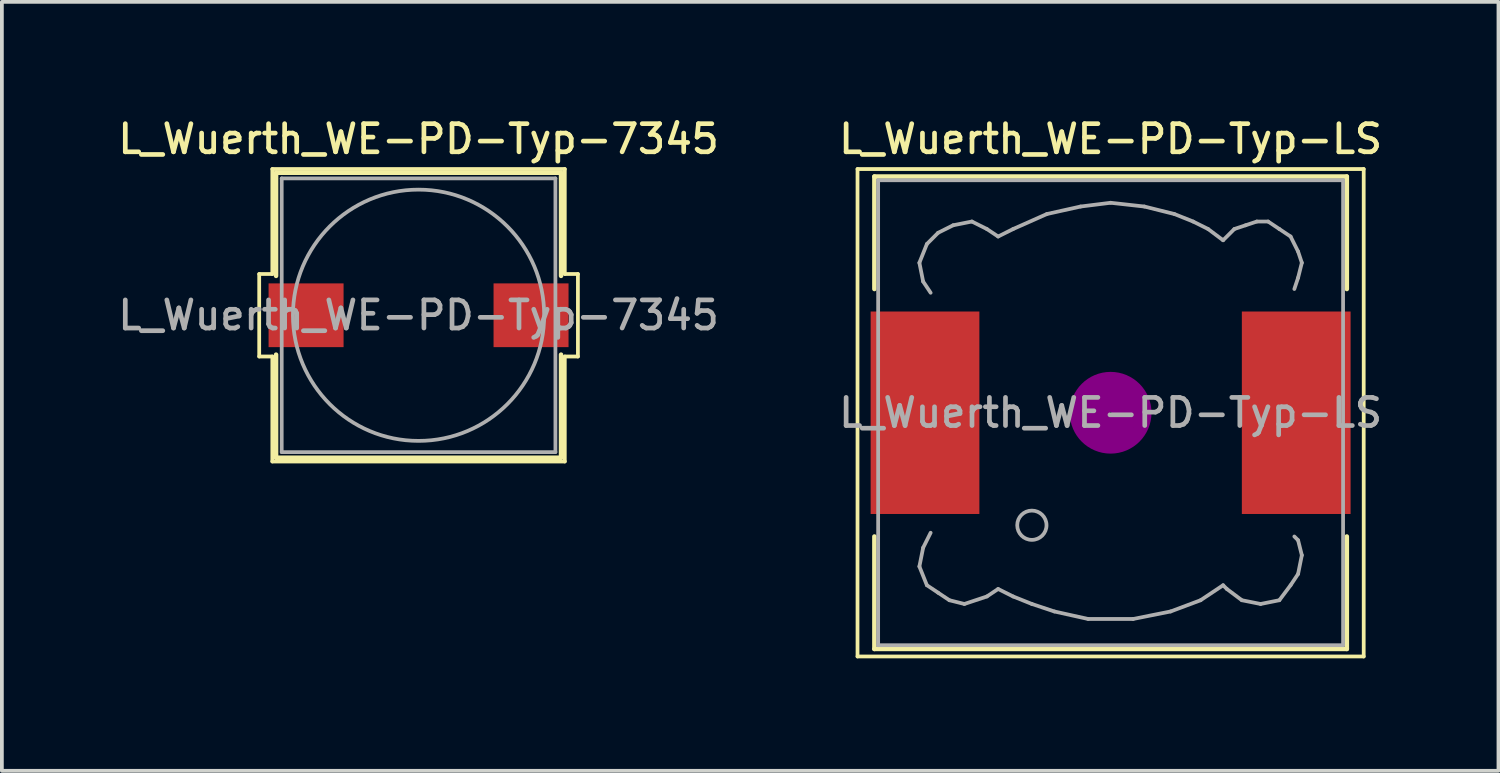
<source format=kicad_pcb>
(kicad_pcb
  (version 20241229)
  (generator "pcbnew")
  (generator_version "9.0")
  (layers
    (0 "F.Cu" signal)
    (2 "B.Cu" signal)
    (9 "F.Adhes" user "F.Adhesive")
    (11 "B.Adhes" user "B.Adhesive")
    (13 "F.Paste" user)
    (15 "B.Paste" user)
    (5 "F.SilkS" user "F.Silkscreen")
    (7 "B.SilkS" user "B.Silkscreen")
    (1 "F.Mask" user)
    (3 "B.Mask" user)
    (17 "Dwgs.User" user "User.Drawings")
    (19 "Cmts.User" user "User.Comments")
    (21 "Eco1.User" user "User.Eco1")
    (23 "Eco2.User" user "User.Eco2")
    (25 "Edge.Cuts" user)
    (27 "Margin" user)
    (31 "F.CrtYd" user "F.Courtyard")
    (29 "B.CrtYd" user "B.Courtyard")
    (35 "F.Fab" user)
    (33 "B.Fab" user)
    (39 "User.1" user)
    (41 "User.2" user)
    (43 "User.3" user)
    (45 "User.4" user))
  (footprint "L_Wuerth_WE-PD-Typ-7345"
    (layer "F.Cu")
    (at 8.113 5.358)
    (property "Reference" "L_Wuerth_WE-PD-Typ-7345" (at 0 -4.7 0) (layer "F.SilkS") (effects (font (size 0.75 0.75) (thickness 0.125))))
    (attr smd)
    (fp_line (start -4.25 -1.1) (end -3.9 -1.1) (stroke (width 0.1) (type solid)) (layer "F.SilkS"))
    (fp_line (start -4.25 1.1) (end -4.25 -1.1) (stroke (width 0.1) (type solid)) (layer "F.SilkS"))
    (fp_line (start -4.25 1.1) (end -3.9 1.1) (stroke (width 0.1) (type solid)) (layer "F.SilkS"))
    (fp_line (start -3.9 -3.9) (end 3.9 -3.9) (stroke (width 0.1) (type solid)) (layer "F.SilkS"))
    (fp_line (start -3.9 -1.1) (end -3.9 -3.9) (stroke (width 0.1) (type solid)) (layer "F.SilkS"))
    (fp_line (start -3.9 3.9) (end -3.9 1.1) (stroke (width 0.1) (type solid)) (layer "F.SilkS"))
    (fp_line (start -3.8 -3.8) (end 3.8 -3.8) (stroke (width 0.12) (type solid)) (layer "F.SilkS"))
    (fp_line (start -3.8 -1.05) (end -3.8 -3.8) (stroke (width 0.12) (type solid)) (layer "F.SilkS"))
    (fp_line (start -3.8 3.8) (end -3.8 1.05) (stroke (width 0.12) (type solid)) (layer "F.SilkS"))
    (fp_line (start -3.8 3.8) (end 3.8 3.8) (stroke (width 0.12) (type solid)) (layer "F.SilkS"))
    (fp_line (start 3.8 -1.05) (end 3.8 -3.8) (stroke (width 0.12) (type solid)) (layer "F.SilkS"))
    (fp_line (start 3.8 3.8) (end 3.8 1.05) (stroke (width 0.12) (type solid)) (layer "F.SilkS"))
    (fp_line (start 3.9 -1.1) (end 3.9 -3.9) (stroke (width 0.1) (type solid)) (layer "F.SilkS"))
    (fp_line (start 3.9 -1.1) (end 4.25 -1.1) (stroke (width 0.1) (type solid)) (layer "F.SilkS"))
    (fp_line (start 3.9 1.1) (end 4.25 1.1) (stroke (width 0.1) (type solid)) (layer "F.SilkS"))
    (fp_line (start 3.9 3.9) (end -3.9 3.9) (stroke (width 0.1) (type solid)) (layer "F.SilkS"))
    (fp_line (start 3.9 3.9) (end 3.9 1.1) (stroke (width 0.1) (type solid)) (layer "F.SilkS"))
    (fp_line (start 4.25 1.1) (end 4.25 -1.1) (stroke (width 0.1) (type solid)) (layer "F.SilkS"))
    (fp_line (start -3.65 -3.65) (end -3.65 3.65) (stroke (width 0.1) (type solid)) (layer "F.Fab"))
    (fp_line (start -3.65 3.65) (end 3.65 3.65) (stroke (width 0.1) (type solid)) (layer "F.Fab"))
    (fp_line (start 3.65 -3.65) (end -3.65 -3.65) (stroke (width 0.1) (type solid)) (layer "F.Fab"))
    (fp_line (start 3.65 3.65) (end 3.65 -3.65) (stroke (width 0.1) (type solid)) (layer "F.Fab"))
    (fp_circle (center 0 0) (end 3.35 -0.05) (stroke (width 0.1) (type solid)) (fill no) (layer "F.Fab"))
    (fp_text user "${REFERENCE}" (at 0 0 0) (layer "F.Fab") (effects (font (size 0.75 0.75) (thickness 0.125))))
    (pad "1" smd rect (at -3 0) (size 2 1.7) (layers "F.Cu" "F.Mask" "F.Paste"))
    (pad "2" smd rect (at 3 0) (size 2 1.7) (layers "F.Cu" "F.Mask" "F.Paste")))
  (footprint "L_Wuerth_WE-PD-Typ-LS"
    (layer "F.Cu")
    (at 26.57 7.958)
    (property "Reference" "L_Wuerth_WE-PD-Typ-LS" (at 0 -7.3 0) (layer "F.SilkS") (effects (font (size 0.75 0.75) (thickness 0.125))))
    (attr smd)
    (fp_line (start -6.75 -6.5) (end 6.75 -6.5) (stroke (width 0.1) (type solid)) (layer "F.SilkS"))
    (fp_line (start -6.75 6.5) (end -6.75 -6.5) (stroke (width 0.1) (type solid)) (layer "F.SilkS"))
    (fp_line (start -6.3 -6.3) (end 6.3 -6.3) (stroke (width 0.12) (type solid)) (layer "F.SilkS"))
    (fp_line (start -6.3 -3.3) (end -6.3 -6.3) (stroke (width 0.12) (type solid)) (layer "F.SilkS"))
    (fp_line (start -6.3 6.3) (end -6.3 3.3) (stroke (width 0.12) (type solid)) (layer "F.SilkS"))
    (fp_line (start 6.3 -6.3) (end 6.3 -3.3) (stroke (width 0.12) (type solid)) (layer "F.SilkS"))
    (fp_line (start 6.3 3.3) (end 6.3 6.3) (stroke (width 0.12) (type solid)) (layer "F.SilkS"))
    (fp_line (start 6.3 6.3) (end -6.3 6.3) (stroke (width 0.12) (type solid)) (layer "F.SilkS"))
    (fp_line (start 6.75 -6.5) (end 6.75 6.5) (stroke (width 0.1) (type solid)) (layer "F.SilkS"))
    (fp_line (start 6.75 6.5) (end -6.75 6.5) (stroke (width 0.1) (type solid)) (layer "F.SilkS"))
    (fp_circle (center 0 0) (end 0.15 0.15) (stroke (width 0.38) (type solid)) (fill no) (layer "F.Adhes"))
    (fp_circle (center 0 0) (end 0.55 0) (stroke (width 0.38) (type solid)) (fill no) (layer "F.Adhes"))
    (fp_circle (center 0 0) (end 0.9 0) (stroke (width 0.38) (type solid)) (fill no) (layer "F.Adhes"))
    (fp_line (start -6.2 -6.2) (end -6.2 6.2) (stroke (width 0.1) (type solid)) (layer "F.Fab"))
    (fp_line (start -6.2 6.2) (end 6.2 6.2) (stroke (width 0.1) (type solid)) (layer "F.Fab"))
    (fp_line (start -5.1 -4) (end -5 -3.5) (stroke (width 0.1) (type solid)) (layer "F.Fab"))
    (fp_line (start -5.1 4.1) (end -5 3.6) (stroke (width 0.1) (type solid)) (layer "F.Fab"))
    (fp_line (start -5 -3.5) (end -4.8 -3.2) (stroke (width 0.1) (type solid)) (layer "F.Fab"))
    (fp_line (start -5 3.6) (end -4.8 3.2) (stroke (width 0.1) (type solid)) (layer "F.Fab"))
    (fp_line (start -4.9 -4.5) (end -5.1 -4) (stroke (width 0.1) (type solid)) (layer "F.Fab"))
    (fp_line (start -4.9 4.6) (end -5.1 4.1) (stroke (width 0.1) (type solid)) (layer "F.Fab"))
    (fp_line (start -4.6 -4.8) (end -4.9 -4.5) (stroke (width 0.1) (type solid)) (layer "F.Fab"))
    (fp_line (start -4.6 4.8) (end -4.9 4.6) (stroke (width 0.1) (type solid)) (layer "F.Fab"))
    (fp_line (start -4.3 5) (end -4.6 4.8) (stroke (width 0.1) (type solid)) (layer "F.Fab"))
    (fp_line (start -4.2 -5) (end -4.6 -4.8) (stroke (width 0.1) (type solid)) (layer "F.Fab"))
    (fp_line (start -3.9 5.1) (end -4.3 5) (stroke (width 0.1) (type solid)) (layer "F.Fab"))
    (fp_line (start -3.7 -5.1) (end -4.2 -5) (stroke (width 0.1) (type solid)) (layer "F.Fab"))
    (fp_line (start -3.3 -4.9) (end -3.7 -5.1) (stroke (width 0.1) (type solid)) (layer "F.Fab"))
    (fp_line (start -3.3 4.9) (end -3.9 5.1) (stroke (width 0.1) (type solid)) (layer "F.Fab"))
    (fp_line (start -3 -4.7) (end -3.3 -4.9) (stroke (width 0.1) (type solid)) (layer "F.Fab"))
    (fp_line (start -3 4.7) (end -3.3 4.9) (stroke (width 0.1) (type solid)) (layer "F.Fab"))
    (fp_line (start -2.6 -4.9) (end -3 -4.7) (stroke (width 0.1) (type solid)) (layer "F.Fab"))
    (fp_line (start -2.6 4.9) (end -3 4.7) (stroke (width 0.1) (type solid)) (layer "F.Fab"))
    (fp_line (start -2.1 5.1) (end -2.6 4.9) (stroke (width 0.1) (type solid)) (layer "F.Fab"))
    (fp_line (start -1.7 -5.3) (end -2.6 -4.9) (stroke (width 0.1) (type solid)) (layer "F.Fab"))
    (fp_line (start -1.5 5.3) (end -2.1 5.1) (stroke (width 0.1) (type solid)) (layer "F.Fab"))
    (fp_line (start -0.8 -5.5) (end -1.7 -5.3) (stroke (width 0.1) (type solid)) (layer "F.Fab"))
    (fp_line (start -0.6 5.5) (end -1.5 5.3) (stroke (width 0.1) (type solid)) (layer "F.Fab"))
    (fp_line (start 0 -5.6) (end -0.8 -5.5) (stroke (width 0.1) (type solid)) (layer "F.Fab"))
    (fp_line (start 0.6 5.5) (end -0.6 5.5) (stroke (width 0.1) (type solid)) (layer "F.Fab"))
    (fp_line (start 0.9 -5.5) (end 0 -5.6) (stroke (width 0.1) (type solid)) (layer "F.Fab"))
    (fp_line (start 1.6 5.3) (end 0.6 5.5) (stroke (width 0.1) (type solid)) (layer "F.Fab"))
    (fp_line (start 1.7 -5.3) (end 0.9 -5.5) (stroke (width 0.1) (type solid)) (layer "F.Fab"))
    (fp_line (start 2.2 -5.1) (end 1.7 -5.3) (stroke (width 0.1) (type solid)) (layer "F.Fab"))
    (fp_line (start 2.4 5) (end 1.6 5.3) (stroke (width 0.1) (type solid)) (layer "F.Fab"))
    (fp_line (start 2.6 -4.9) (end 2.2 -5.1) (stroke (width 0.1) (type solid)) (layer "F.Fab"))
    (fp_line (start 3 -4.6) (end 2.6 -4.9) (stroke (width 0.1) (type solid)) (layer "F.Fab"))
    (fp_line (start 3 4.6) (end 2.4 5) (stroke (width 0.1) (type solid)) (layer "F.Fab"))
    (fp_line (start 3.1 4.7) (end 3 4.6) (stroke (width 0.1) (type solid)) (layer "F.Fab"))
    (fp_line (start 3.3 -4.9) (end 3 -4.6) (stroke (width 0.1) (type solid)) (layer "F.Fab"))
    (fp_line (start 3.5 5) (end 3.1 4.7) (stroke (width 0.1) (type solid)) (layer "F.Fab"))
    (fp_line (start 3.6 -5) (end 3.3 -4.9) (stroke (width 0.1) (type solid)) (layer "F.Fab"))
    (fp_line (start 3.9 -5.1) (end 3.6 -5) (stroke (width 0.1) (type solid)) (layer "F.Fab"))
    (fp_line (start 4 5.1) (end 3.5 5) (stroke (width 0.1) (type solid)) (layer "F.Fab"))
    (fp_line (start 4.2 -5.1) (end 3.9 -5.1) (stroke (width 0.1) (type solid)) (layer "F.Fab"))
    (fp_line (start 4.5 -4.9) (end 4.2 -5.1) (stroke (width 0.1) (type solid)) (layer "F.Fab"))
    (fp_line (start 4.5 5) (end 4 5.1) (stroke (width 0.1) (type solid)) (layer "F.Fab"))
    (fp_line (start 4.8 -4.7) (end 4.5 -4.9) (stroke (width 0.1) (type solid)) (layer "F.Fab"))
    (fp_line (start 4.8 4.6) (end 4.5 5) (stroke (width 0.1) (type solid)) (layer "F.Fab"))
    (fp_line (start 4.9 -3.3) (end 5 -3.6) (stroke (width 0.1) (type solid)) (layer "F.Fab"))
    (fp_line (start 4.9 3.3) (end 5 3.4) (stroke (width 0.1) (type solid)) (layer "F.Fab"))
    (fp_line (start 5 -4.3) (end 4.8 -4.7) (stroke (width 0.1) (type solid)) (layer "F.Fab"))
    (fp_line (start 5 -3.6) (end 5.1 -4) (stroke (width 0.1) (type solid)) (layer "F.Fab"))
    (fp_line (start 5 3.4) (end 5.1 3.8) (stroke (width 0.1) (type solid)) (layer "F.Fab"))
    (fp_line (start 5 4.3) (end 4.8 4.6) (stroke (width 0.1) (type solid)) (layer "F.Fab"))
    (fp_line (start 5.1 -4) (end 5 -4.3) (stroke (width 0.1) (type solid)) (layer "F.Fab"))
    (fp_line (start 5.1 3.8) (end 5 4.3) (stroke (width 0.1) (type solid)) (layer "F.Fab"))
    (fp_line (start 6.2 -6.2) (end -6.2 -6.2) (stroke (width 0.1) (type solid)) (layer "F.Fab"))
    (fp_line (start 6.2 6.2) (end 6.2 -6.2) (stroke (width 0.1) (type solid)) (layer "F.Fab"))
    (fp_circle (center -2.1 3) (end -1.8 3.25) (stroke (width 0.1) (type solid)) (fill no) (layer "F.Fab"))
    (fp_text user "${REFERENCE}" (at 0 0 0) (layer "F.Fab") (effects (font (size 0.75 0.75) (thickness 0.125))))
    (pad "1" smd rect (at -4.95 0) (size 2.9 5.4) (layers "F.Cu" "F.Mask" "F.Paste"))
    (pad "2" smd rect (at 4.95 0) (size 2.9 5.4) (layers "F.Cu" "F.Mask" "F.Paste")))
  (gr_rect
    (start -3 -3)
    (end 36.914 17.508)
    (stroke (width 0.1) (type default))
    (fill no)
    (layer "Edge.Cuts")))
</source>
